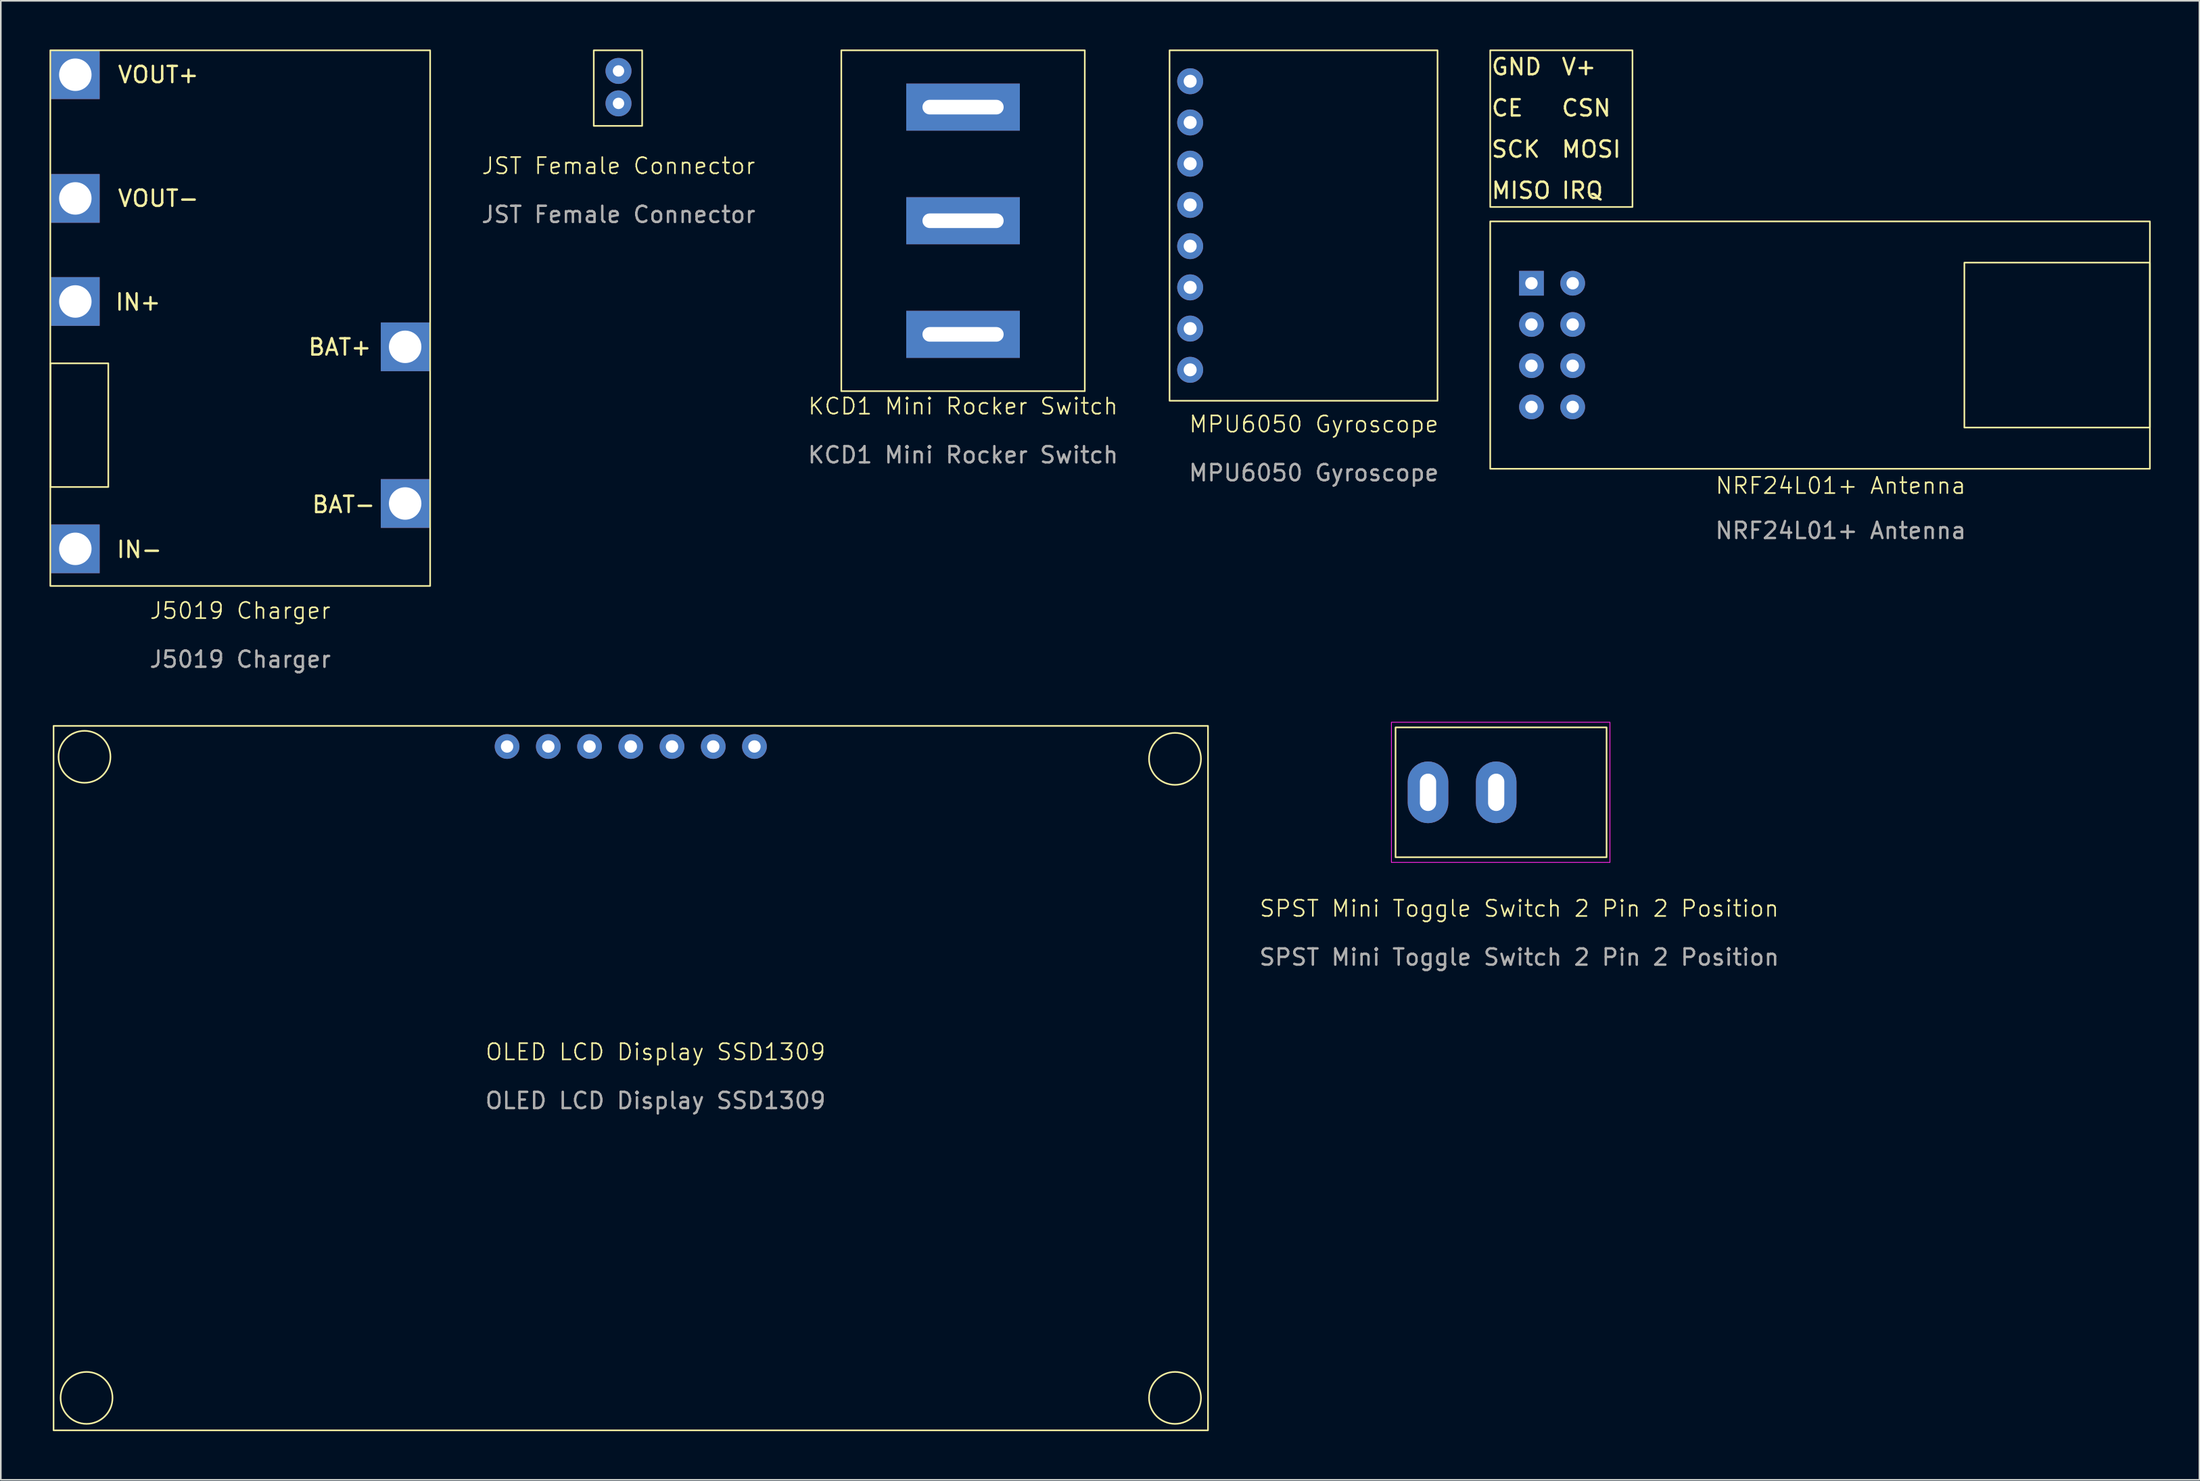
<source format=kicad_pcb>
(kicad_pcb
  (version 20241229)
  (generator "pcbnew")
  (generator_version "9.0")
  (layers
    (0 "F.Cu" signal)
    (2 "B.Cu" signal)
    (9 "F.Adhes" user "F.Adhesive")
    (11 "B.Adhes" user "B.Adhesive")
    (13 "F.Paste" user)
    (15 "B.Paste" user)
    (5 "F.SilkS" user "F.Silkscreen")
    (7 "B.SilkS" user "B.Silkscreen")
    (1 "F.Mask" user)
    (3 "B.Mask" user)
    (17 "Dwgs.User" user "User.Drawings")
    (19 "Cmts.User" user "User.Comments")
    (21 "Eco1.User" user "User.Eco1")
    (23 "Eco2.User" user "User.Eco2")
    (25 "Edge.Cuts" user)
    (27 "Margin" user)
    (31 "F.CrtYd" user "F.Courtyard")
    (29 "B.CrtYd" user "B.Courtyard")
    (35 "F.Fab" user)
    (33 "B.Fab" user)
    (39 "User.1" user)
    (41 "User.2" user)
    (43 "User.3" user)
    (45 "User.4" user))
  (footprint "SPST Mini Toggle Switch 2 Pin 2 Position"
    (layer "F.Cu")
    (at 82.925 45.765)
    (property "Reference" "SPST Mini Toggle Switch 2 Pin 2 Position" (at 7.62 7.16 0) (unlocked yes) (layer "F.SilkS") (effects (font (size 1 1) (thickness 0.1))))
    (attr through_hole)
    (fp_rect (start 0 -4) (end 13 4) (stroke (width 0.1) (type default)) (fill no) (layer "F.SilkS"))
    (fp_rect (start -0.254 -4.318) (end 13.208 4.318) (stroke (width 0.05) (type default)) (fill no) (layer "F.CrtYd"))
    (fp_text user "${REFERENCE}" (at 7.62 10.16 0) (unlocked yes) (layer "F.Fab") (effects (font (size 1 1) (thickness 0.15))))
    (pad "1" thru_hole roundrect (at 2 0 90) (size 3.8 2.5) (drill oval 2.3 1) (layers "*.Cu" "*.Mask") (roundrect_rratio 0.5))
    (pad "2" thru_hole roundrect (at 6.2 0 90) (size 3.8 2.5) (drill oval 2.3 1) (layers "*.Cu" "*.Mask") (roundrect_rratio 0.5)))
  (footprint "NRF24L01+ Antenna"
    (layer "F.Cu")
    (at 91.298 14.401)
    (property "Reference" "NRF24L01+ Antenna" (at 19.05 12.47 0) (unlocked yes) (layer "F.SilkS") (effects (font (size 1 1) (thickness 0.1))))
    (attr through_hole)
    (fp_rect (start -2.54 -14.351) (end 6.223 -4.699) (stroke (width 0.1) (type default)) (fill no) (layer "F.SilkS"))
    (fp_rect (start -2.54 -3.81) (end 38.1 11.43) (stroke (width 0.1) (type solid)) (fill no) (layer "F.SilkS"))
    (fp_rect (start 26.67 -1.27) (end 38.1 8.89) (stroke (width 0.1) (type default)) (fill no) (layer "F.SilkS"))
    (fp_text user "MISO" (at -2.54 -5.715 0) (unlocked yes) (layer "F.SilkS") (effects (font (size 1 1) (thickness 0.15)) (justify left)))
    (fp_text user "SCK" (at -2.54 -8.255 0) (unlocked yes) (layer "F.SilkS") (effects (font (size 1 1) (thickness 0.15)) (justify left)))
    (fp_text user "CSN" (at 1.778 -10.795 0) (unlocked yes) (layer "F.SilkS") (effects (font (size 1 1) (thickness 0.15)) (justify left)))
    (fp_text user "MOSI" (at 1.778 -8.255 0) (unlocked yes) (layer "F.SilkS") (effects (font (size 1 1) (thickness 0.15)) (justify left)))
    (fp_text user "IRQ" (at 1.778 -5.715 0) (unlocked yes) (layer "F.SilkS") (effects (font (size 1 1) (thickness 0.15)) (justify left)))
    (fp_text user "CE" (at -2.54 -10.795 0) (unlocked yes) (layer "F.SilkS") (effects (font (size 1 1) (thickness 0.15)) (justify left)))
    (fp_text user "V+" (at 1.778 -13.335 0) (unlocked yes) (layer "F.SilkS") (effects (font (size 1 1) (thickness 0.15)) (justify left)))
    (fp_text user "GND" (at -2.54 -13.335 0) (unlocked yes) (layer "F.SilkS") (effects (font (size 1 1) (thickness 0.15)) (justify left)))
    (fp_text user "Antenna" (at 29.845 4.445 0) (unlocked yes) (layer "Eco1.User") (effects (font (size 1 1) (thickness 0.15)) (justify left bottom)))
    (fp_text user "${REFERENCE}" (at 19.05 15.24 0) (unlocked yes) (layer "F.Fab") (effects (font (size 1 1) (thickness 0.15))))
    (pad "1" thru_hole circle (at 2.54 0) (size 1.524 1.524) (drill 0.762) (layers "*.Cu" "*.Mask"))
    (pad "2" thru_hole circle (at 2.54 2.54) (size 1.524 1.524) (drill 0.762) (layers "*.Cu" "*.Mask"))
    (pad "3" thru_hole circle (at 2.54 5.08) (size 1.524 1.524) (drill 0.762) (layers "*.Cu" "*.Mask"))
    (pad "4" thru_hole circle (at 2.54 7.62) (size 1.524 1.524) (drill 0.762) (layers "*.Cu" "*.Mask"))
    (pad "5" thru_hole circle (at 0 7.62) (size 1.524 1.524) (drill 0.762) (layers "*.Cu" "*.Mask"))
    (pad "6" thru_hole circle (at 0 5.08) (size 1.524 1.524) (drill 0.762) (layers "*.Cu" "*.Mask"))
    (pad "7" thru_hole circle (at 0 2.54) (size 1.524 1.524) (drill 0.762) (layers "*.Cu" "*.Mask"))
    (pad "8" thru_hole rect (at 0 0) (size 1.524 1.524) (drill 0.762) (layers "*.Cu" "*.Mask")))
  (footprint "MPU6050 Gyroscope"
    (layer "F.Cu")
    (at 70.272 1.955)
    (property "Reference" "MPU6050 Gyroscope" (at 7.62 21.13 0) (unlocked yes) (layer "F.SilkS") (effects (font (size 1 1) (thickness 0.1))))
    (attr through_hole)
    (fp_rect (start -1.27 -1.905) (end 15.24 19.685) (stroke (width 0.1) (type default)) (fill no) (layer "F.SilkS"))
    (fp_circle (center 12.7 1.27) (end 14.375 1.27) (stroke (width 0.1) (type default)) (fill no) (layer "Eco1.User"))
    (fp_circle (center 12.7 16.51) (end 14.375 16.51) (stroke (width 0.1) (type default)) (fill no) (layer "Eco1.User"))
    (fp_text user "${REFERENCE}" (at 7.62 24.13 0) (unlocked yes) (layer "F.Fab") (effects (font (size 1 1) (thickness 0.15))))
    (pad "1" thru_hole circle (at 0 0) (size 1.6 1.6) (drill 0.8) (layers "*.Cu" "*.Mask"))
    (pad "2" thru_hole circle (at 0 2.54) (size 1.6 1.6) (drill 0.8) (layers "*.Cu" "*.Mask"))
    (pad "3" thru_hole circle (at 0 5.08) (size 1.6 1.6) (drill 0.8) (layers "*.Cu" "*.Mask"))
    (pad "4" thru_hole circle (at 0 7.62) (size 1.6 1.6) (drill 0.8) (layers "*.Cu" "*.Mask"))
    (pad "5" thru_hole circle (at 0 10.16) (size 1.6 1.6) (drill 0.8) (layers "*.Cu" "*.Mask"))
    (pad "6" thru_hole circle (at 0 12.7) (size 1.6 1.6) (drill 0.8) (layers "*.Cu" "*.Mask"))
    (pad "7" thru_hole circle (at 0 15.24) (size 1.6 1.6) (drill 0.8) (layers "*.Cu" "*.Mask"))
    (pad "8" thru_hole circle (at 0 17.78) (size 1.6 1.6) (drill 0.8) (layers "*.Cu" "*.Mask")))
  (footprint "J5019 Charger"
    (layer "F.Cu")
    (at 1.59 1.554)
    (property "Reference" "J5019 Charger" (at 10.16 33.02 0) (unlocked yes) (layer "F.SilkS") (effects (font (size 1 1) (thickness 0.1))))
    (attr through_hole)
    (fp_rect (start -1.54 -1.504) (end 21.86 31.496) (stroke (width 0.1) (type default)) (fill no) (layer "F.SilkS"))
    (fp_rect (start -1.524 17.78) (end 2.032 25.4) (stroke (width 0.1) (type default)) (fill no) (layer "F.SilkS"))
    (fp_text user "BAT-" (at 18.556 26.484 0) (unlocked yes) (layer "F.SilkS") (effects (font (size 1 1) (thickness 0.15)) (justify right)))
    (fp_text user "BAT+" (at 18.325 16.782 0) (unlocked yes) (layer "F.SilkS") (effects (font (size 1 1) (thickness 0.15)) (justify right)))
    (fp_text user "IN-" (at 2.465 29.255 0) (unlocked yes) (layer "F.SilkS") (effects (font (size 1 1) (thickness 0.15)) (justify left)))
    (fp_text user "IN+" (at 2.388 14.011 0) (unlocked yes) (layer "F.SilkS") (effects (font (size 1 1) (thickness 0.15)) (justify left)))
    (fp_text user "VOUT-" (at 2.54 7.62 0) (unlocked yes) (layer "F.SilkS") (effects (font (size 1 1) (thickness 0.15)) (justify left)))
    (fp_text user "VOUT+" (at 2.54 0 0) (unlocked yes) (layer "F.SilkS") (effects (font (size 1 1) (thickness 0.15)) (justify left)))
    (fp_text user "${REFERENCE}" (at 10.16 36.02 0) (unlocked yes) (layer "F.Fab") (effects (font (size 1 1) (thickness 0.15))))
    (pad "1" thru_hole rect (at 0 0) (size 3 3) (drill 2) (layers "*.Cu" "*.Mask"))
    (pad "2" thru_hole rect (at 0 7.62) (size 3 3) (drill 2) (layers "*.Cu" "*.Mask"))
    (pad "3" thru_hole rect (at 0 13.97) (size 3 3) (drill 2) (layers "*.Cu" "*.Mask"))
    (pad "4" thru_hole rect (at 0 29.21) (size 3 3) (drill 2) (layers "*.Cu" "*.Mask"))
    (pad "5" thru_hole rect (at 20.32 16.764) (size 3 3) (drill 2) (layers "*.Cu" "*.Mask"))
    (pad "6" thru_hole rect (at 20.32 26.416) (size 3 3) (drill 2) (layers "*.Cu" "*.Mask")))
  (footprint "KCD1 Mini Rocker Switch"
    (layer "F.Cu")
    (at 56.28 10.55)
    (property "Reference" "KCD1 Mini Rocker Switch" (at 0 11.43 0) (unlocked yes) (layer "F.SilkS") (effects (font (size 1 1) (thickness 0.1))))
    (attr through_hole)
    (fp_rect (start -7.5 -10.5) (end 7.5 10.5) (stroke (width 0.1) (type default)) (fill no) (layer "F.SilkS"))
    (fp_text user "${REFERENCE}" (at 0 14.43 0) (unlocked yes) (layer "F.Fab") (effects (font (size 1 1) (thickness 0.15))))
    (pad "1" thru_hole rect (at 0 -7) (size 7 2.9) (drill oval 5 0.9) (layers "*.Cu" "*.Mask"))
    (pad "2" thru_hole rect (at 0 0) (size 7 2.9) (drill oval 5 0.9) (layers "*.Cu" "*.Mask"))
    (pad "3" thru_hole rect (at 0 7) (size 7 2.9) (drill oval 5 0.9) (layers "*.Cu" "*.Mask")))
  (footprint "JST Female Connector"
    (layer "F.Cu")
    (at 35.054 7.67)
    (property "Reference" "JST Female Connector" (at 0 -0.5 0) (unlocked yes) (layer "F.SilkS") (effects (font (size 1 1) (thickness 0.1))))
    (attr through_hole)
    (fp_rect (start -1.524 -7.62) (end 1.457 -2.964) (stroke (width 0.1) (type default)) (fill no) (layer "F.SilkS"))
    (fp_text user "${REFERENCE}" (at 0 2.5 0) (unlocked yes) (layer "F.Fab") (effects (font (size 1 1) (thickness 0.15))))
    (pad "1" thru_hole circle (at 0 -6.35) (size 1.6 1.6) (drill 0.7) (layers "*.Cu" "*.Mask"))
    (pad "2" thru_hole circle (at 0 -4.35) (size 1.6 1.6) (drill 0.7) (layers "*.Cu" "*.Mask")))
  (footprint "OLED LCD Display SSD1309"
    (layer "F.Cu")
    (at 0.25 41.672)
    (property "Reference" "OLED LCD Display SSD1309" (at 37.084 20.09 0) (unlocked yes) (layer "F.SilkS") (effects (font (size 1 1) (thickness 0.1))))
    (attr through_hole)
    (fp_rect (start 0 0) (end 71.12 43.4) (stroke (width 0.1) (type default)) (fill no) (layer "F.SilkS"))
    (fp_circle (center 1.905 1.905) (end 3.505 1.905) (stroke (width 0.1) (type default)) (fill no) (layer "F.SilkS"))
    (fp_circle (center 2.032 41.402) (end 3.632 41.402) (stroke (width 0.1) (type default)) (fill no) (layer "F.SilkS"))
    (fp_circle (center 69.088 2.032) (end 70.688 2.032) (stroke (width 0.1) (type default)) (fill no) (layer "F.SilkS"))
    (fp_circle (center 69.088 41.402) (end 70.688 41.402) (stroke (width 0.1) (type default)) (fill no) (layer "F.SilkS"))
    (fp_rect (start 4.064 3.048) (end 67.056 42.164) (stroke (width 0.1) (type default)) (fill no) (layer "Eco1.User"))
    (fp_text user "${REFERENCE}" (at 37.084 23.09 0) (unlocked yes) (layer "F.Fab") (effects (font (size 1 1) (thickness 0.15))))
    (pad "1" thru_hole circle (at 27.94 1.27) (size 1.524 1.524) (drill 0.762) (layers "*.Cu" "*.Mask"))
    (pad "2" thru_hole circle (at 30.48 1.27) (size 1.524 1.524) (drill 0.762) (layers "*.Cu" "*.Mask"))
    (pad "3" thru_hole circle (at 33.02 1.27) (size 1.524 1.524) (drill 0.762) (layers "*.Cu" "*.Mask"))
    (pad "4" thru_hole circle (at 35.56 1.27) (size 1.524 1.524) (drill 0.762) (layers "*.Cu" "*.Mask"))
    (pad "5" thru_hole circle (at 38.1 1.27) (size 1.524 1.524) (drill 0.762) (layers "*.Cu" "*.Mask"))
    (pad "6" thru_hole circle (at 40.64 1.27) (size 1.524 1.524) (drill 0.762) (layers "*.Cu" "*.Mask"))
    (pad "7" thru_hole circle (at 43.18 1.27) (size 1.524 1.524) (drill 0.762) (layers "*.Cu" "*.Mask")))
  (gr_rect
    (start -3 -3)
    (end 132.448 88.122)
    (stroke (width 0.1) (type default))
    (fill no)
    (layer "Edge.Cuts")))
</source>
